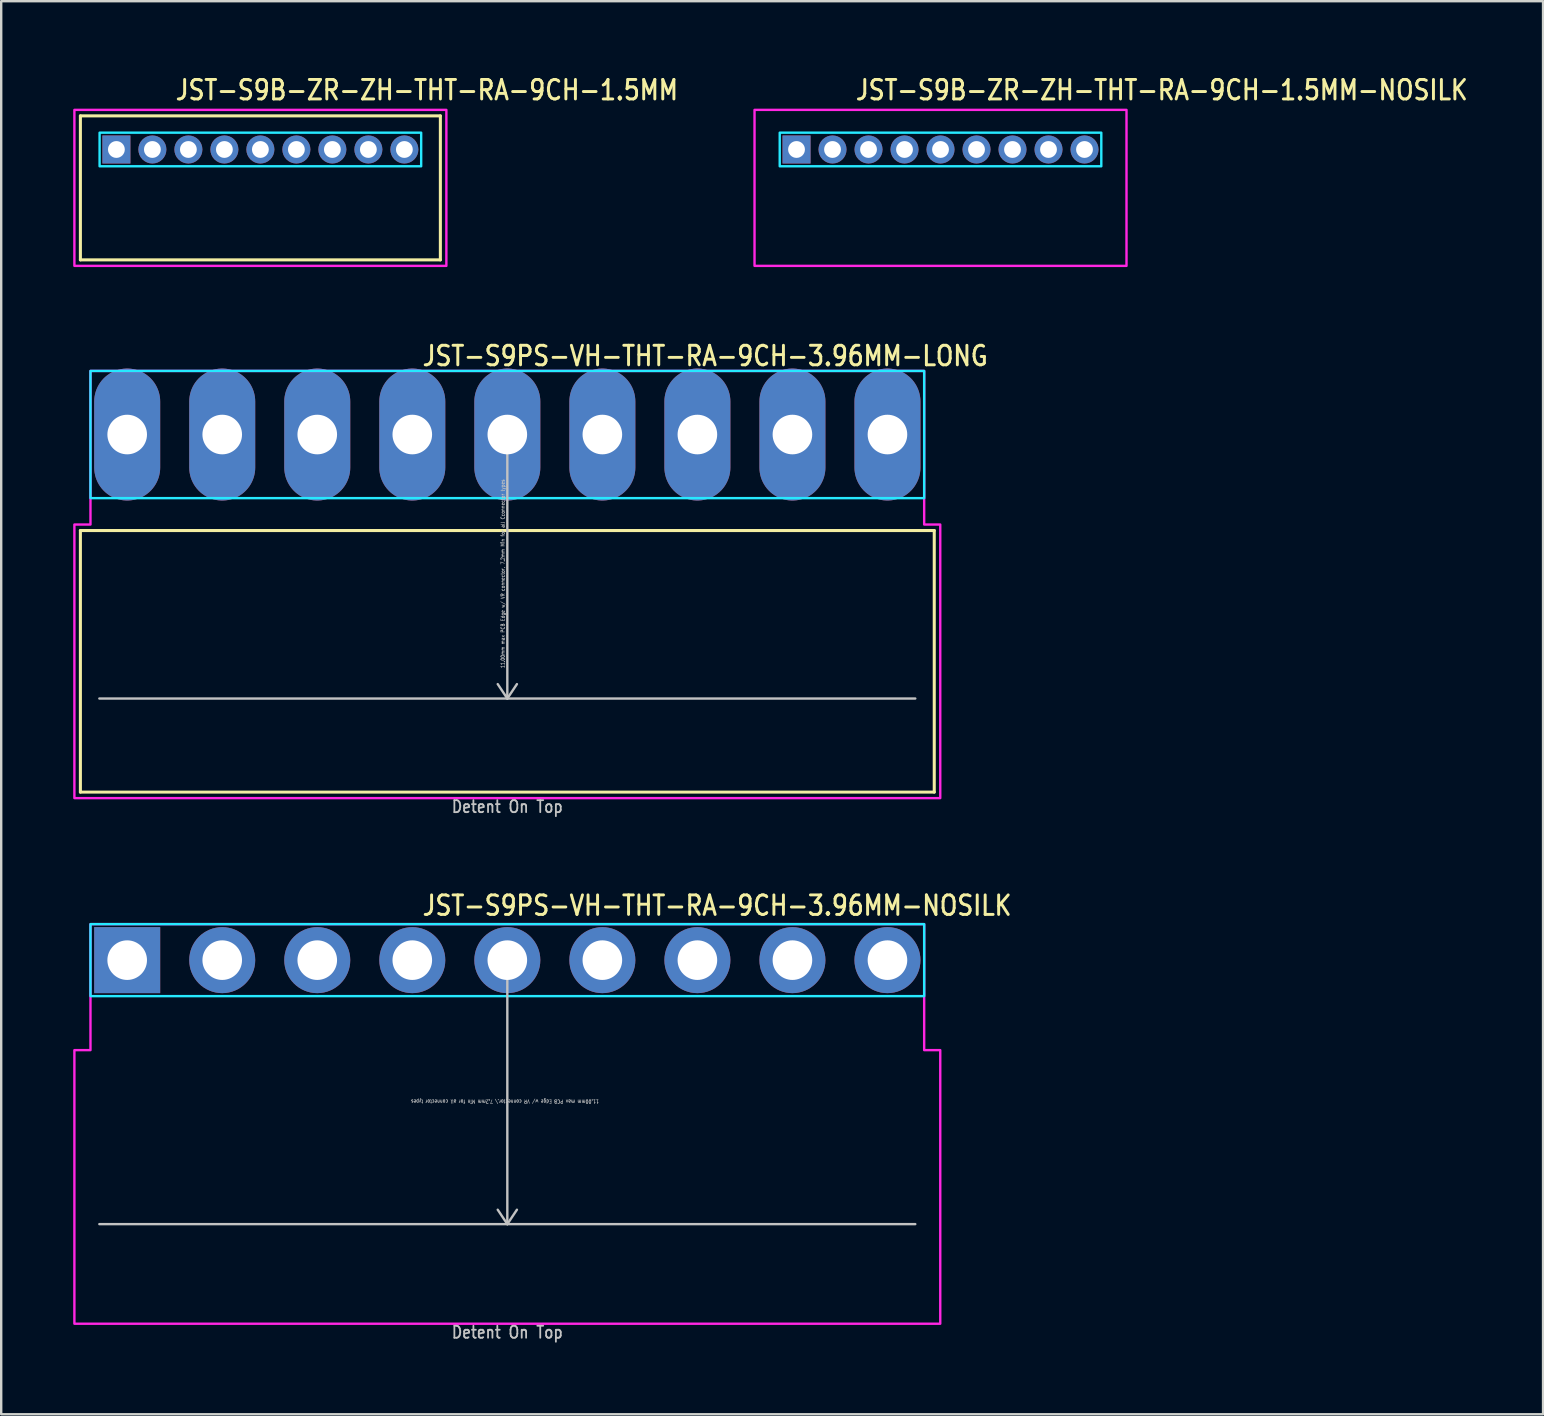
<source format=kicad_pcb>
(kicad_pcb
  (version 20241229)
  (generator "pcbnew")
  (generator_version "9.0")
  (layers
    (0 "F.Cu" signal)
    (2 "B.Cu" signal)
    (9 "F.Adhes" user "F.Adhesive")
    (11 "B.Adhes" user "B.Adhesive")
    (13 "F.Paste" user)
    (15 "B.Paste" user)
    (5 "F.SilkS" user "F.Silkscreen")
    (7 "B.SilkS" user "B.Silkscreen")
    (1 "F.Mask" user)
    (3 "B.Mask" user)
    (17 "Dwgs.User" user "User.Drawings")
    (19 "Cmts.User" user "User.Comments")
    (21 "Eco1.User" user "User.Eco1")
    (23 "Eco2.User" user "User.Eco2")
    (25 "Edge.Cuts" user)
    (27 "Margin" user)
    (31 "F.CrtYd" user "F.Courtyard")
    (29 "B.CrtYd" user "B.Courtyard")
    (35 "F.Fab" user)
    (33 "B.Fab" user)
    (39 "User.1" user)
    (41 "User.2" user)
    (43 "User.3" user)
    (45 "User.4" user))
  (footprint "JST-S9PS-VH-THT-RA-9CH-3.96MM-NOSILK"
    (layer "F.Cu")
    (at 18.09 36.959)
    (property "Reference" "JST-S9PS-VH-THT-RA-9CH-3.96MM-NOSILK" (at -3.6 -1.8 0) (unlocked yes) (layer "F.SilkS") (effects (font (size 0.813 0.695) (thickness 0.122)) (justify left bottom)))
    (fp_line (start -17 11) (end 17 11) (stroke (width 0.1) (type solid)) (layer "Dwgs.User"))
    (fp_line (start 0 0) (end -0.4 0.6) (stroke (width 0.1) (type solid)) (layer "Dwgs.User"))
    (fp_line (start 0 0) (end 0 11) (stroke (width 0.1) (type solid)) (layer "Dwgs.User"))
    (fp_line (start 0 0) (end 0.4 0.6) (stroke (width 0.1) (type solid)) (layer "Dwgs.User"))
    (fp_line (start 0 11) (end -0.4 10.4) (stroke (width 0.1) (type solid)) (layer "Dwgs.User"))
    (fp_line (start 0 11) (end 0.4 10.4) (stroke (width 0.1) (type solid)) (layer "Dwgs.User"))
    (fp_poly (pts (xy -17.37 -1.5) (xy -17.37 1.5) (xy 17.37 1.5) (xy 17.37 -1.5)) (stroke (width 0.1) (type solid)) (fill no) (layer "B.CrtYd"))
    (fp_poly (pts (xy -18.04 3.75) (xy -18.04 15.15) (xy 18.04 15.15) (xy 18.04 3.75) (xy 17.37 3.75) (xy 17.37 -1.5) (xy -17.37 -1.5) (xy -17.37 3.75)) (stroke (width 0.1) (type solid)) (fill no) (layer "F.CrtYd"))
    (fp_text user "11.00mm max PCB Edge w/ VR connector,\\ 7.2mm Min for all connector types" (at -0.1 5.8 180) (unlocked yes) (layer "Dwgs.User") (effects (font (size 0.15 0.128) (thickness 0.022)) (justify bottom)))
    (fp_text user "Detent On Top" (at 0 15.8 0) (unlocked yes) (layer "Dwgs.User") (effects (font (size 0.5 0.427) (thickness 0.075)) (justify bottom)))
    (pad "1" thru_hole rect (at -15.84 0) (size 2.75 2.75) (drill 1.65) (layers "*.Cu" "*.Mask"))
    (pad "2" thru_hole oval (at -11.88 0) (size 2.75 2.75) (drill 1.65) (layers "*.Cu" "*.Mask"))
    (pad "3" thru_hole oval (at -7.92 0) (size 2.75 2.75) (drill 1.65) (layers "*.Cu" "*.Mask"))
    (pad "4" thru_hole oval (at -3.96 0) (size 2.75 2.75) (drill 1.65) (layers "*.Cu" "*.Mask"))
    (pad "5" thru_hole oval (at 0 0) (size 2.75 2.75) (drill 1.65) (layers "*.Cu" "*.Mask"))
    (pad "6" thru_hole oval (at 3.96 0) (size 2.75 2.75) (drill 1.65) (layers "*.Cu" "*.Mask"))
    (pad "7" thru_hole oval (at 7.92 0) (size 2.75 2.75) (drill 1.65) (layers "*.Cu" "*.Mask"))
    (pad "8" thru_hole oval (at 11.88 0) (size 2.75 2.75) (drill 1.65) (layers "*.Cu" "*.Mask"))
    (pad "9" thru_hole oval (at 15.84 0) (size 2.75 2.75) (drill 1.65) (layers "*.Cu" "*.Mask")))
  (footprint "JST-S9B-ZR-ZH-THT-RA-9CH-1.5MM"
    (layer "F.Cu")
    (at 7.8 3.179)
    (property "Reference" "JST-S9B-ZR-ZH-THT-RA-9CH-1.5MM" (at -3.6 -2 0) (unlocked yes) (layer "F.SilkS") (effects (font (size 0.813 0.695) (thickness 0.122)) (justify left bottom)))
    (fp_line (start -7.5 -1.4) (end 7.5 -1.4) (stroke (width 0.127) (type solid)) (layer "F.SilkS"))
    (fp_line (start -7.5 4.6) (end -7.5 -1.4) (stroke (width 0.127) (type solid)) (layer "F.SilkS"))
    (fp_line (start -7.5 4.6) (end 7.5 4.6) (stroke (width 0.127) (type solid)) (layer "F.SilkS"))
    (fp_line (start 7.5 -1.4) (end 7.5 4.6) (stroke (width 0.127) (type solid)) (layer "F.SilkS"))
    (fp_poly (pts (xy -6.7 -0.7) (xy -6.7 0.7) (xy 6.7 0.7) (xy 6.7 -0.7)) (stroke (width 0.1) (type solid)) (fill no) (layer "B.CrtYd"))
    (fp_poly (pts (xy -7.75 -1.65) (xy -7.75 4.85) (xy 7.75 4.85) (xy 7.75 -1.65)) (stroke (width 0.1) (type solid)) (fill no) (layer "F.CrtYd"))
    (pad "P$1" thru_hole rect (at -6 0) (size 1.167 1.167) (drill 0.7) (layers "*.Cu" "*.Mask"))
    (pad "P$2" thru_hole oval (at -4.5 0) (size 1.167 1.167) (drill 0.7) (layers "*.Cu" "*.Mask"))
    (pad "P$3" thru_hole oval (at -3 0) (size 1.167 1.167) (drill 0.7) (layers "*.Cu" "*.Mask"))
    (pad "P$4" thru_hole oval (at -1.5 0) (size 1.167 1.167) (drill 0.7) (layers "*.Cu" "*.Mask"))
    (pad "P$5" thru_hole oval (at 0 0) (size 1.167 1.167) (drill 0.7) (layers "*.Cu" "*.Mask"))
    (pad "P$6" thru_hole oval (at 1.5 0) (size 1.167 1.167) (drill 0.7) (layers "*.Cu" "*.Mask"))
    (pad "P$7" thru_hole oval (at 3 0) (size 1.167 1.167) (drill 0.7) (layers "*.Cu" "*.Mask"))
    (pad "P$8" thru_hole oval (at 4.5 0) (size 1.167 1.167) (drill 0.7) (layers "*.Cu" "*.Mask"))
    (pad "P$9" thru_hole oval (at 6 0) (size 1.167 1.167) (drill 0.7) (layers "*.Cu" "*.Mask")))
  (footprint "JST-S9PS-VH-THT-RA-9CH-3.96MM-LONG"
    (layer "F.Cu")
    (at 18.09 15.057)
    (property "Reference" "JST-S9PS-VH-THT-RA-9CH-3.96MM-LONG" (at -3.6 -2.8 0) (unlocked yes) (layer "F.SilkS") (effects (font (size 0.813 0.695) (thickness 0.122)) (justify left bottom)))
    (fp_line (start -17.79 4) (end 17.79 4) (stroke (width 0.127) (type solid)) (layer "F.SilkS"))
    (fp_line (start -17.79 14.9) (end -17.79 4) (stroke (width 0.127) (type solid)) (layer "F.SilkS"))
    (fp_line (start -17.79 14.9) (end 17.79 14.9) (stroke (width 0.127) (type solid)) (layer "F.SilkS"))
    (fp_line (start 17.79 4) (end 17.79 14.9) (stroke (width 0.127) (type solid)) (layer "F.SilkS"))
    (fp_line (start -17 11) (end 17 11) (stroke (width 0.1) (type solid)) (layer "Dwgs.User"))
    (fp_line (start 0 0) (end -0.4 0.6) (stroke (width 0.1) (type solid)) (layer "Dwgs.User"))
    (fp_line (start 0 0) (end 0 11) (stroke (width 0.1) (type solid)) (layer "Dwgs.User"))
    (fp_line (start 0 0) (end 0.4 0.6) (stroke (width 0.1) (type solid)) (layer "Dwgs.User"))
    (fp_line (start 0 11) (end -0.4 10.4) (stroke (width 0.1) (type solid)) (layer "Dwgs.User"))
    (fp_line (start 0 11) (end 0.4 10.4) (stroke (width 0.1) (type solid)) (layer "Dwgs.User"))
    (fp_poly (pts (xy -17.37 -2.65) (xy -17.37 2.65) (xy 17.37 2.65) (xy 17.37 -2.65)) (stroke (width 0.1) (type solid)) (fill no) (layer "B.CrtYd"))
    (fp_poly (pts (xy -18.04 3.75) (xy -18.04 15.15) (xy 18.04 15.15) (xy 18.04 3.75) (xy 17.37 3.75) (xy 17.37 -2.65) (xy -17.37 -2.65) (xy -17.37 3.75)) (stroke (width 0.1) (type solid)) (fill no) (layer "F.CrtYd"))
    (fp_text user "11.00mm max PCB Edge w/ VR connector, 7.2mm Min for all Cconnector types" (at -0.1 5.8 90) (unlocked yes) (layer "Dwgs.User") (effects (font (size 0.15 0.128) (thickness 0.022)) (justify bottom)))
    (fp_text user "Detent On Top" (at 0 15.8 0) (unlocked yes) (layer "Dwgs.User") (effects (font (size 0.5 0.427) (thickness 0.075)) (justify bottom)))
    (pad "P$1" thru_hole oval (at -15.84 0 90) (size 5.5 2.75) (drill 1.65) (layers "*.Cu" "*.Mask"))
    (pad "P$2" thru_hole oval (at -11.88 0 90) (size 5.5 2.75) (drill 1.65) (layers "*.Cu" "*.Mask"))
    (pad "P$3" thru_hole oval (at -7.92 0 90) (size 5.5 2.75) (drill 1.65) (layers "*.Cu" "*.Mask"))
    (pad "P$4" thru_hole oval (at -3.96 0 90) (size 5.5 2.75) (drill 1.65) (layers "*.Cu" "*.Mask"))
    (pad "P$5" thru_hole oval (at 0 0 90) (size 5.5 2.75) (drill 1.65) (layers "*.Cu" "*.Mask"))
    (pad "P$6" thru_hole oval (at 3.96 0 90) (size 5.5 2.75) (drill 1.65) (layers "*.Cu" "*.Mask"))
    (pad "P$7" thru_hole oval (at 7.92 0 90) (size 5.5 2.75) (drill 1.65) (layers "*.Cu" "*.Mask"))
    (pad "P$8" thru_hole oval (at 11.88 0 90) (size 5.5 2.75) (drill 1.65) (layers "*.Cu" "*.Mask"))
    (pad "P$9" thru_hole oval (at 15.84 0 90) (size 5.5 2.75) (drill 1.65) (layers "*.Cu" "*.Mask")))
  (footprint "JST-S9B-ZR-ZH-THT-RA-9CH-1.5MM-NOSILK"
    (layer "F.Cu")
    (at 36.141 3.179)
    (property "Reference" "JST-S9B-ZR-ZH-THT-RA-9CH-1.5MM-NOSILK" (at -3.6 -2 0) (unlocked yes) (layer "F.SilkS") (effects (font (size 0.813 0.695) (thickness 0.122)) (justify left bottom)))
    (fp_poly (pts (xy -6.7 -0.7) (xy -6.7 0.7) (xy 6.7 0.7) (xy 6.7 -0.7)) (stroke (width 0.1) (type solid)) (fill no) (layer "B.CrtYd"))
    (fp_poly (pts (xy -7.75 -1.65) (xy -7.75 4.85) (xy 7.75 4.85) (xy 7.75 -1.65)) (stroke (width 0.1) (type solid)) (fill no) (layer "F.CrtYd"))
    (pad "1" thru_hole rect (at -6 0) (size 1.167 1.167) (drill 0.7) (layers "*.Cu" "*.Mask"))
    (pad "2" thru_hole oval (at -4.5 0) (size 1.167 1.167) (drill 0.7) (layers "*.Cu" "*.Mask"))
    (pad "3" thru_hole oval (at -3 0) (size 1.167 1.167) (drill 0.7) (layers "*.Cu" "*.Mask"))
    (pad "4" thru_hole oval (at -1.5 0) (size 1.167 1.167) (drill 0.7) (layers "*.Cu" "*.Mask"))
    (pad "5" thru_hole oval (at 0 0) (size 1.167 1.167) (drill 0.7) (layers "*.Cu" "*.Mask"))
    (pad "6" thru_hole oval (at 1.5 0) (size 1.167 1.167) (drill 0.7) (layers "*.Cu" "*.Mask"))
    (pad "7" thru_hole oval (at 3 0) (size 1.167 1.167) (drill 0.7) (layers "*.Cu" "*.Mask"))
    (pad "8" thru_hole oval (at 4.5 0) (size 1.167 1.167) (drill 0.7) (layers "*.Cu" "*.Mask"))
    (pad "9" thru_hole oval (at 6 0) (size 1.167 1.167) (drill 0.7) (layers "*.Cu" "*.Mask")))
  (gr_rect
    (start -3 -3)
    (end 61.249 55.882)
    (stroke (width 0.1) (type default))
    (fill no)
    (layer "Edge.Cuts")))
</source>
